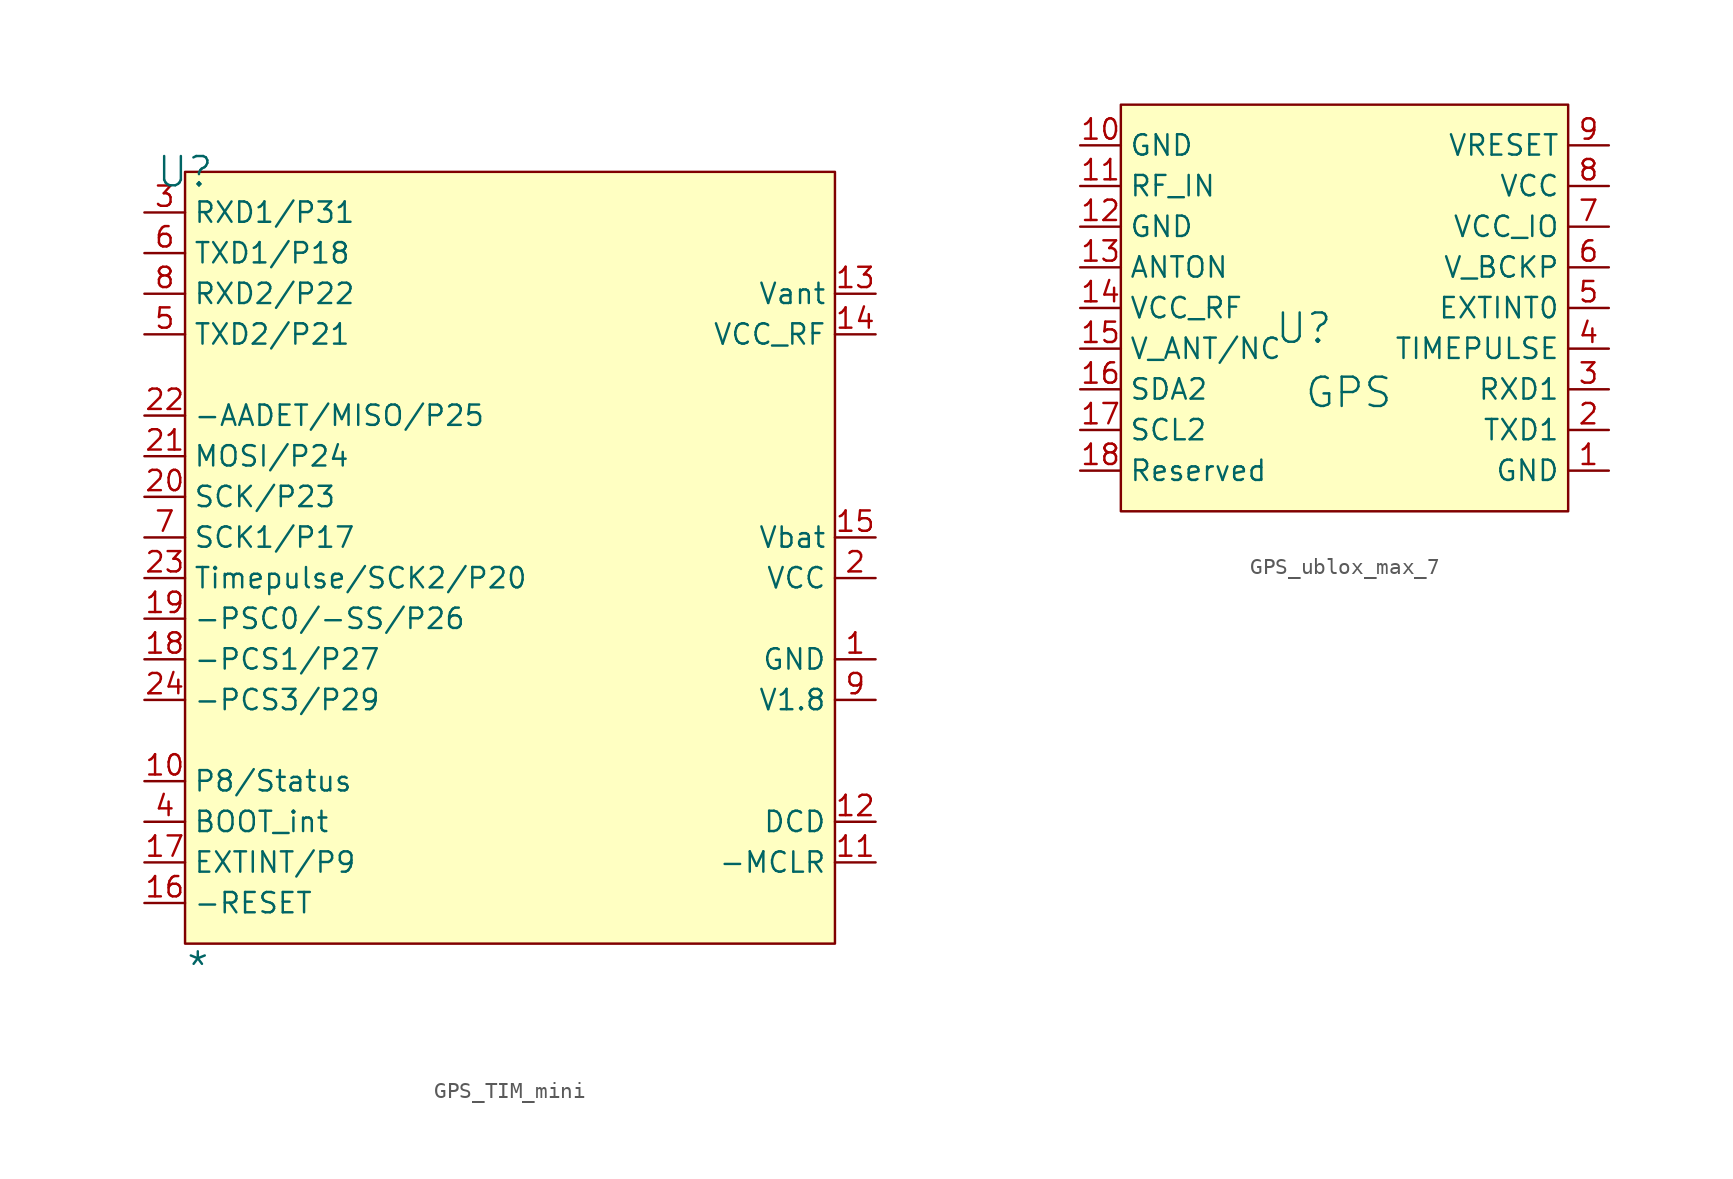
<source format=kicad_sym>
(kicad_symbol_lib
  (version 20241209)
  (generator "kicad_symbol_editor")
  (generator_version "9.0")
  (symbol "GPS_TIM_mini"
    (property "Reference" "U"
      (at 0 0 0)
      (effects (font (size 1.829 1.829))))
    (property "Value" "*"
      (at 0 -50.8 0)
      (effects (font (size 1.829 1.829)) (justify left bottom)))
    (symbol "GPS_TIM_mini_1_0"
      (rectangle (start 40.64 0) (end 0 -48.26) (stroke (width 0) (type solid) (color 128 0 0 1)) (fill (type background)))
      (pin passive line (at -2.54 -2.54 0) (length 2.54) (name "RXD1/P31" (effects (font (size 1.27 1.27)))) (number "3" (effects (font (size 1.27 1.27)))))
      (pin passive line (at -2.54 -5.08 0) (length 2.54) (name "TXD1/P18" (effects (font (size 1.27 1.27)))) (number "6" (effects (font (size 1.27 1.27)))))
      (pin passive line (at -2.54 -7.62 0) (length 2.54) (name "RXD2/P22" (effects (font (size 1.27 1.27)))) (number "8" (effects (font (size 1.27 1.27)))))
      (pin passive line (at -2.54 -10.16 0) (length 2.54) (name "TXD2/P21" (effects (font (size 1.27 1.27)))) (number "5" (effects (font (size 1.27 1.27)))))
      (pin passive line (at -2.54 -15.24 0) (length 2.54) (name "-AADET/MISO/P25" (effects (font (size 1.27 1.27)))) (number "22" (effects (font (size 1.27 1.27)))))
      (pin passive line (at -2.54 -17.78 0) (length 2.54) (name "MOSI/P24" (effects (font (size 1.27 1.27)))) (number "21" (effects (font (size 1.27 1.27)))))
      (pin passive line (at -2.54 -20.32 0) (length 2.54) (name "SCK/P23" (effects (font (size 1.27 1.27)))) (number "20" (effects (font (size 1.27 1.27)))))
      (pin passive line (at -2.54 -22.86 0) (length 2.54) (name "SCK1/P17" (effects (font (size 1.27 1.27)))) (number "7" (effects (font (size 1.27 1.27)))))
      (pin passive line (at -2.54 -25.4 0) (length 2.54) (name "Timepulse/SCK2/P20" (effects (font (size 1.27 1.27)))) (number "23" (effects (font (size 1.27 1.27)))))
      (pin passive line (at -2.54 -27.94 0) (length 2.54) (name "-PSC0/-SS/P26" (effects (font (size 1.27 1.27)))) (number "19" (effects (font (size 1.27 1.27)))))
      (pin passive line (at -2.54 -30.48 0) (length 2.54) (name "-PCS1/P27" (effects (font (size 1.27 1.27)))) (number "18" (effects (font (size 1.27 1.27)))))
      (pin passive line (at -2.54 -33.02 0) (length 2.54) (name "-PCS3/P29" (effects (font (size 1.27 1.27)))) (number "24" (effects (font (size 1.27 1.27)))))
      (pin passive line (at -2.54 -38.1 0) (length 2.54) (name "P8/Status" (effects (font (size 1.27 1.27)))) (number "10" (effects (font (size 1.27 1.27)))))
      (pin passive line (at -2.54 -40.64 0) (length 2.54) (name "BOOT_int" (effects (font (size 1.27 1.27)))) (number "4" (effects (font (size 1.27 1.27)))))
      (pin passive line (at -2.54 -43.18 0) (length 2.54) (name "EXTINT/P9" (effects (font (size 1.27 1.27)))) (number "17" (effects (font (size 1.27 1.27)))))
      (pin passive line (at -2.54 -45.72 0) (length 2.54) (name "-RESET" (effects (font (size 1.27 1.27)))) (number "16" (effects (font (size 1.27 1.27)))))
      (pin passive line (at 43.18 -7.62 180) (length 2.54) (name "Vant" (effects (font (size 1.27 1.27)))) (number "13" (effects (font (size 1.27 1.27)))))
      (pin passive line (at 43.18 -10.16 180) (length 2.54) (name "VCC_RF" (effects (font (size 1.27 1.27)))) (number "14" (effects (font (size 1.27 1.27)))))
      (pin passive line (at 43.18 -22.86 180) (length 2.54) (name "Vbat" (effects (font (size 1.27 1.27)))) (number "15" (effects (font (size 1.27 1.27)))))
      (pin passive line (at 43.18 -25.4 180) (length 2.54) (name "VCC" (effects (font (size 1.27 1.27)))) (number "2" (effects (font (size 1.27 1.27)))))
      (pin passive line (at 43.18 -30.48 180) (length 2.54) (name "GND" (effects (font (size 1.27 1.27)))) (number "1" (effects (font (size 1.27 1.27)))))
      (pin passive line (at 43.18 -33.02 180) (length 2.54) (name "V1.8" (effects (font (size 1.27 1.27)))) (number "9" (effects (font (size 1.27 1.27)))))
      (pin passive line (at 43.18 -40.64 180) (length 2.54) (name "DCD" (effects (font (size 1.27 1.27)))) (number "12" (effects (font (size 1.27 1.27)))))
      (pin passive line (at 43.18 -43.18 180) (length 2.54) (name "-MCLR" (effects (font (size 1.27 1.27)))) (number "11" (effects (font (size 1.27 1.27)))))))
  (symbol "GPS_ublox_max_7"
    (property "Reference" "U"
      (at -1.27 1.27 0)
      (effects (font (size 1.829 1.829))))
    (property "Value" "GPS"
      (at -1.27 -3.81 0)
      (effects (font (size 1.829 1.829)) (justify left bottom)))
    (symbol "GPS_ublox_max_7_1_0"
      (rectangle (start 15.24 15.24) (end -12.7 -10.16) (stroke (width 0) (type solid) (color 128 0 0 1)) (fill (type background)))
      (pin passive line (at -15.24 12.7 0) (length 2.54) (name "GND" (effects (font (size 1.27 1.27)))) (number "10" (effects (font (size 1.27 1.27)))))
      (pin passive line (at -15.24 10.16 0) (length 2.54) (name "RF_IN" (effects (font (size 1.27 1.27)))) (number "11" (effects (font (size 1.27 1.27)))))
      (pin passive line (at -15.24 7.62 0) (length 2.54) (name "GND" (effects (font (size 1.27 1.27)))) (number "12" (effects (font (size 1.27 1.27)))))
      (pin passive line (at -15.24 5.08 0) (length 2.54) (name "ANTON" (effects (font (size 1.27 1.27)))) (number "13" (effects (font (size 1.27 1.27)))))
      (pin passive line (at -15.24 2.54 0) (length 2.54) (name "VCC_RF" (effects (font (size 1.27 1.27)))) (number "14" (effects (font (size 1.27 1.27)))))
      (pin passive line (at -15.24 0 0) (length 2.54) (name "V_ANT/NC" (effects (font (size 1.27 1.27)))) (number "15" (effects (font (size 1.27 1.27)))))
      (pin passive line (at -15.24 -2.54 0) (length 2.54) (name "SDA2" (effects (font (size 1.27 1.27)))) (number "16" (effects (font (size 1.27 1.27)))))
      (pin passive line (at -15.24 -5.08 0) (length 2.54) (name "SCL2" (effects (font (size 1.27 1.27)))) (number "17" (effects (font (size 1.27 1.27)))))
      (pin passive line (at -15.24 -7.62 0) (length 2.54) (name "Reserved" (effects (font (size 1.27 1.27)))) (number "18" (effects (font (size 1.27 1.27)))))
      (pin passive line (at 17.78 12.7 180) (length 2.54) (name "VRESET" (effects (font (size 1.27 1.27)))) (number "9" (effects (font (size 1.27 1.27)))))
      (pin passive line (at 17.78 10.16 180) (length 2.54) (name "VCC" (effects (font (size 1.27 1.27)))) (number "8" (effects (font (size 1.27 1.27)))))
      (pin passive line (at 17.78 7.62 180) (length 2.54) (name "VCC_IO" (effects (font (size 1.27 1.27)))) (number "7" (effects (font (size 1.27 1.27)))))
      (pin passive line (at 17.78 5.08 180) (length 2.54) (name "V_BCKP" (effects (font (size 1.27 1.27)))) (number "6" (effects (font (size 1.27 1.27)))))
      (pin passive line (at 17.78 2.54 180) (length 2.54) (name "EXTINT0" (effects (font (size 1.27 1.27)))) (number "5" (effects (font (size 1.27 1.27)))))
      (pin passive line (at 17.78 0 180) (length 2.54) (name "TIMEPULSE" (effects (font (size 1.27 1.27)))) (number "4" (effects (font (size 1.27 1.27)))))
      (pin passive line (at 17.78 -2.54 180) (length 2.54) (name "RXD1" (effects (font (size 1.27 1.27)))) (number "3" (effects (font (size 1.27 1.27)))))
      (pin passive line (at 17.78 -5.08 180) (length 2.54) (name "TXD1" (effects (font (size 1.27 1.27)))) (number "2" (effects (font (size 1.27 1.27)))))
      (pin passive line (at 17.78 -7.62 180) (length 2.54) (name "GND" (effects (font (size 1.27 1.27)))) (number "1" (effects (font (size 1.27 1.27))))))))
</source>
